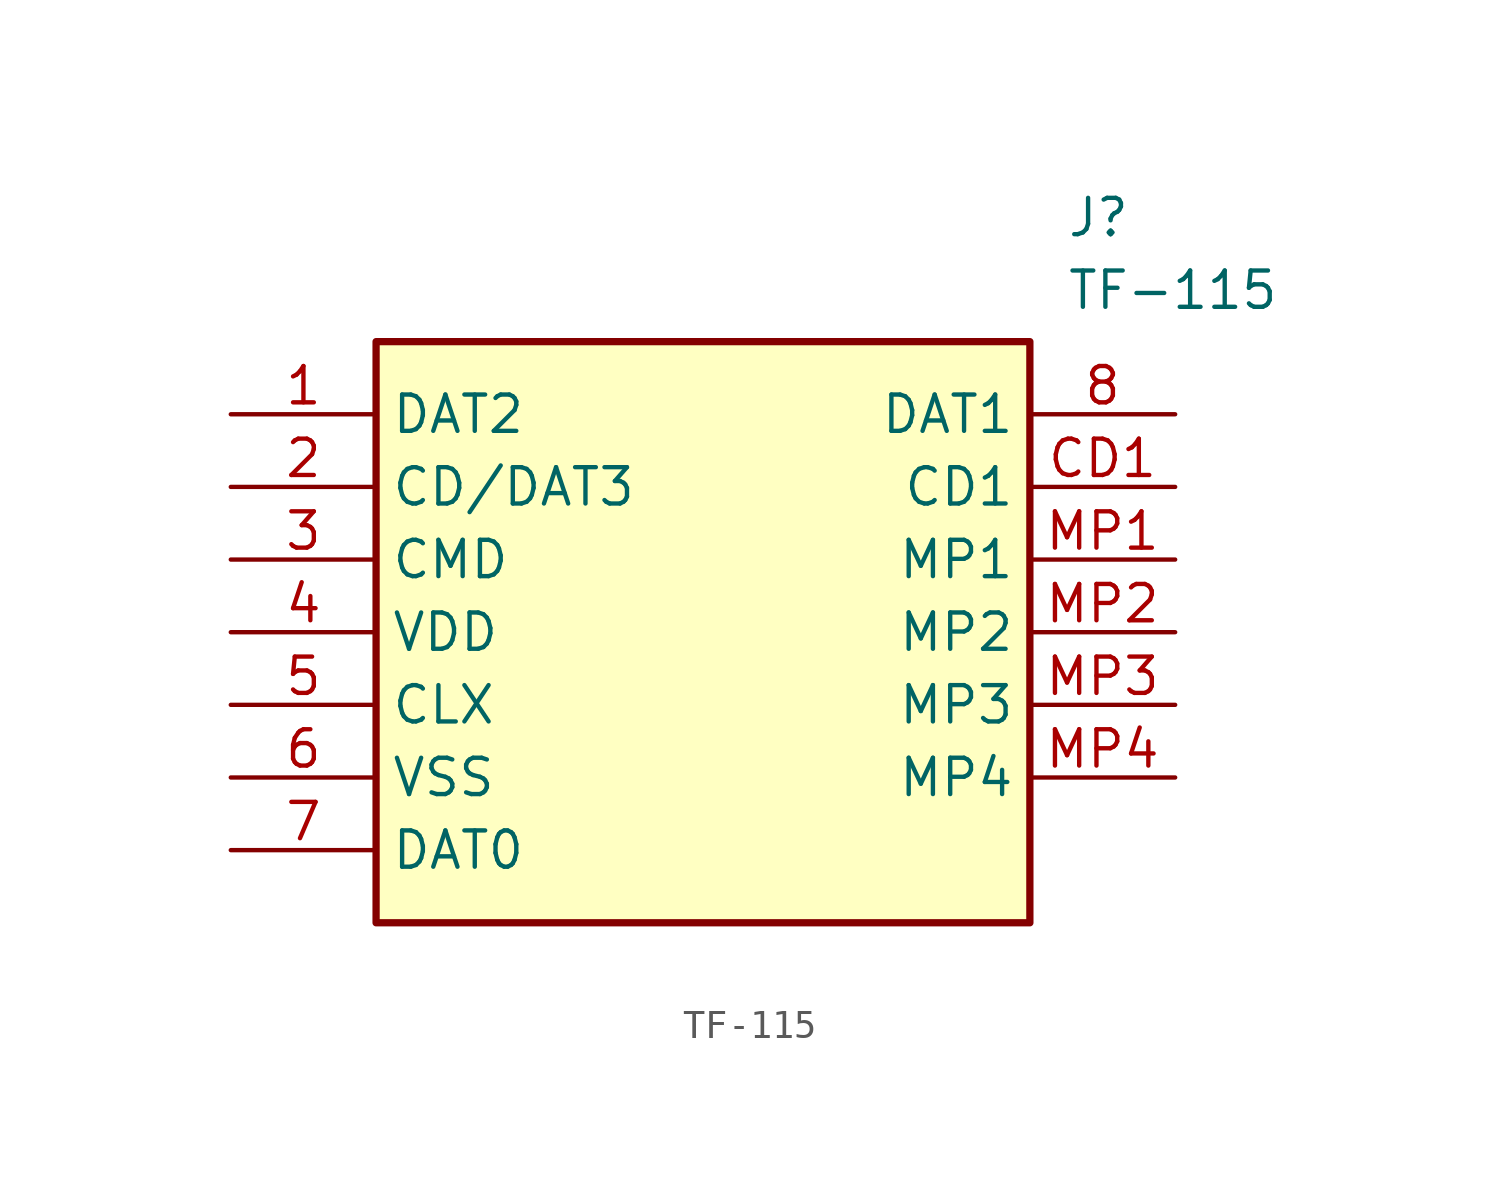
<source format=kicad_sym>
(kicad_symbol_lib
  (version 20211014)
  (generator SamacSys_ECAD_Model)
  (symbol "TF-115"
    (property "Reference" "J"
      (at 29.21 7.62 0)
      (effects (font (size 1.27 1.27)) (justify left top)))
    (property "Value" "TF-115"
      (at 29.21 5.08 0)
      (effects (font (size 1.27 1.27)) (justify left top)))
    (rectangle
      (start 5.08 2.54)
      (end 27.94 -17.78)
      (stroke (width 0.254) (type default))
      (fill (type background)))
    (pin passive line
      (at 0 0 0)
      (length 5.08)
      (name "DAT2" (effects (font (size 1.27 1.27))))
      (number "1" (effects (font (size 1.27 1.27)))))
    (pin passive line
      (at 0 -2.54 0)
      (length 5.08)
      (name "CD/DAT3" (effects (font (size 1.27 1.27))))
      (number "2" (effects (font (size 1.27 1.27)))))
    (pin passive line
      (at 0 -5.08 0)
      (length 5.08)
      (name "CMD" (effects (font (size 1.27 1.27))))
      (number "3" (effects (font (size 1.27 1.27)))))
    (pin passive line
      (at 0 -7.62 0)
      (length 5.08)
      (name "VDD" (effects (font (size 1.27 1.27))))
      (number "4" (effects (font (size 1.27 1.27)))))
    (pin passive line
      (at 0 -10.16 0)
      (length 5.08)
      (name "CLX" (effects (font (size 1.27 1.27))))
      (number "5" (effects (font (size 1.27 1.27)))))
    (pin passive line
      (at 0 -12.7 0)
      (length 5.08)
      (name "VSS" (effects (font (size 1.27 1.27))))
      (number "6" (effects (font (size 1.27 1.27)))))
    (pin passive line
      (at 0 -15.24 0)
      (length 5.08)
      (name "DAT0" (effects (font (size 1.27 1.27))))
      (number "7" (effects (font (size 1.27 1.27)))))
    (pin passive line
      (at 33.02 0 180)
      (length 5.08)
      (name "DAT1" (effects (font (size 1.27 1.27))))
      (number "8" (effects (font (size 1.27 1.27)))))
    (pin passive line
      (at 33.02 -2.54 180)
      (length 5.08)
      (name "CD1" (effects (font (size 1.27 1.27))))
      (number "CD1" (effects (font (size 1.27 1.27)))))
    (pin passive line
      (at 33.02 -5.08 180)
      (length 5.08)
      (name "MP1" (effects (font (size 1.27 1.27))))
      (number "MP1" (effects (font (size 1.27 1.27)))))
    (pin passive line
      (at 33.02 -7.62 180)
      (length 5.08)
      (name "MP2" (effects (font (size 1.27 1.27))))
      (number "MP2" (effects (font (size 1.27 1.27)))))
    (pin passive line
      (at 33.02 -10.16 180)
      (length 5.08)
      (name "MP3" (effects (font (size 1.27 1.27))))
      (number "MP3" (effects (font (size 1.27 1.27)))))
    (pin passive line
      (at 33.02 -12.7 180)
      (length 5.08)
      (name "MP4" (effects (font (size 1.27 1.27))))
      (number "MP4" (effects (font (size 1.27 1.27)))))))
</source>
